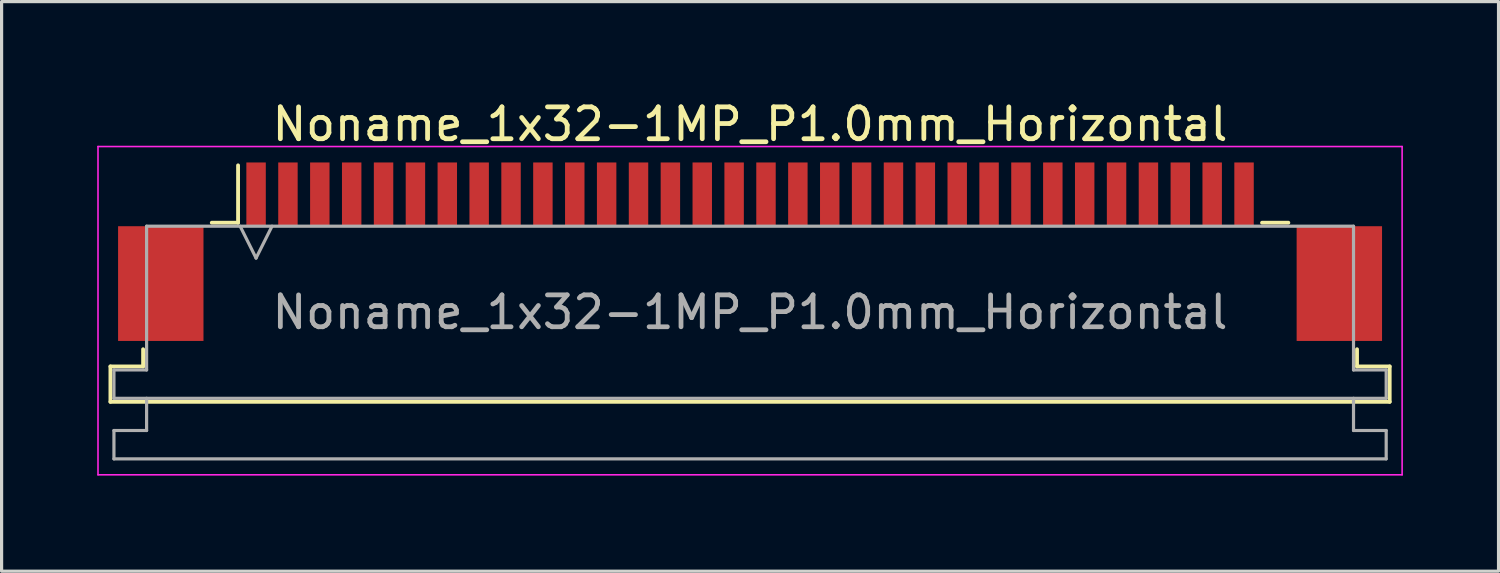
<source format=kicad_pcb>
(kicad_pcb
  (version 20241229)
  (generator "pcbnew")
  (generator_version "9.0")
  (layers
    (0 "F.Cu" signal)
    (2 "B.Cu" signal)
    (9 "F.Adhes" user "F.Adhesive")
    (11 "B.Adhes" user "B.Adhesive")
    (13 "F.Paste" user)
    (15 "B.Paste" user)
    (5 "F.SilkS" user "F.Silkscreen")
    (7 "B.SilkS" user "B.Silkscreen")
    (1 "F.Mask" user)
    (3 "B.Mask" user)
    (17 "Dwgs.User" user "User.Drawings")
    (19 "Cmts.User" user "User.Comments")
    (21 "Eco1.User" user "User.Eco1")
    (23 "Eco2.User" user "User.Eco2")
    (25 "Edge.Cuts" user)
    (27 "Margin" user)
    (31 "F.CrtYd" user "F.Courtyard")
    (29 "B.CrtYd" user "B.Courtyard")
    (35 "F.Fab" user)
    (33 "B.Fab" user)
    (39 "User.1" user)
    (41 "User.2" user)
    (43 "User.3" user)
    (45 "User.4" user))
  (footprint "Noname_1x32-1MP_P1.0mm_Horizontal"
    (layer "F.Cu")
    (at 20.485 4.848)
    (property "Reference" "Noname_1x32-1MP_P1.0mm_Horizontal" (at 0 -4 0) (layer "F.SilkS") (effects (font (size 1 1) (thickness 0.15))))
    (attr smd)
    (fp_line (start -20.07 3.6) (end -19.045 3.6) (stroke (width 0.12) (type solid)) (layer "F.SilkS"))
    (fp_line (start -20.07 4.71) (end -20.07 3.6) (stroke (width 0.12) (type solid)) (layer "F.SilkS"))
    (fp_line (start -19.045 3.6) (end -19.045 3.06) (stroke (width 0.12) (type solid)) (layer "F.SilkS"))
    (fp_line (start -16.89 -0.91) (end -16.065 -0.91) (stroke (width 0.12) (type solid)) (layer "F.SilkS"))
    (fp_line (start -16.065 -0.91) (end -16.065 -2.71) (stroke (width 0.12) (type solid)) (layer "F.SilkS"))
    (fp_line (start 16.065 -0.91) (end 16.89 -0.91) (stroke (width 0.12) (type solid)) (layer "F.SilkS"))
    (fp_line (start 19.045 3.06) (end 19.045 3.6) (stroke (width 0.12) (type solid)) (layer "F.SilkS"))
    (fp_line (start 19.045 3.6) (end 20.07 3.6) (stroke (width 0.12) (type solid)) (layer "F.SilkS"))
    (fp_line (start 20.07 3.6) (end 20.07 4.71) (stroke (width 0.12) (type solid)) (layer "F.SilkS"))
    (fp_line (start 20.07 4.71) (end -20.07 4.71) (stroke (width 0.12) (type solid)) (layer "F.SilkS"))
    (fp_line (start -20.46 -3.3) (end -20.46 7) (stroke (width 0.05) (type solid)) (layer "F.CrtYd"))
    (fp_line (start -20.46 7) (end 20.46 7) (stroke (width 0.05) (type solid)) (layer "F.CrtYd"))
    (fp_line (start 20.46 -3.3) (end -20.46 -3.3) (stroke (width 0.05) (type solid)) (layer "F.CrtYd"))
    (fp_line (start 20.46 7) (end 20.46 -3.3) (stroke (width 0.05) (type solid)) (layer "F.CrtYd"))
    (fp_line (start -19.96 3.71) (end -18.935 3.71) (stroke (width 0.1) (type solid)) (layer "F.Fab"))
    (fp_line (start -19.96 4.6) (end -19.96 3.71) (stroke (width 0.1) (type solid)) (layer "F.Fab"))
    (fp_line (start -19.96 5.61) (end -18.935 5.61) (stroke (width 0.1) (type solid)) (layer "F.Fab"))
    (fp_line (start -19.96 6.5) (end -19.96 5.61) (stroke (width 0.1) (type solid)) (layer "F.Fab"))
    (fp_line (start -18.935 -0.8) (end 18.935 -0.8) (stroke (width 0.1) (type solid)) (layer "F.Fab"))
    (fp_line (start -18.935 3.71) (end -18.935 -0.8) (stroke (width 0.1) (type solid)) (layer "F.Fab"))
    (fp_line (start -18.935 5.61) (end -18.935 4.6) (stroke (width 0.1) (type solid)) (layer "F.Fab"))
    (fp_line (start -16 -0.8) (end -15.5 0.2) (stroke (width 0.1) (type solid)) (layer "F.Fab"))
    (fp_line (start -15.5 0.2) (end -15 -0.8) (stroke (width 0.1) (type solid)) (layer "F.Fab"))
    (fp_line (start 18.935 -0.8) (end 18.935 3.71) (stroke (width 0.1) (type solid)) (layer "F.Fab"))
    (fp_line (start 18.935 3.71) (end 19.96 3.71) (stroke (width 0.1) (type solid)) (layer "F.Fab"))
    (fp_line (start 18.935 4.6) (end 18.935 5.61) (stroke (width 0.1) (type solid)) (layer "F.Fab"))
    (fp_line (start 18.935 5.61) (end 19.96 5.61) (stroke (width 0.1) (type solid)) (layer "F.Fab"))
    (fp_line (start 19.96 3.71) (end 19.96 4.6) (stroke (width 0.1) (type solid)) (layer "F.Fab"))
    (fp_line (start 19.96 4.6) (end -19.96 4.6) (stroke (width 0.1) (type solid)) (layer "F.Fab"))
    (fp_line (start 19.96 5.61) (end 19.96 6.5) (stroke (width 0.1) (type solid)) (layer "F.Fab"))
    (fp_line (start 19.96 6.5) (end -19.96 6.5) (stroke (width 0.1) (type solid)) (layer "F.Fab"))
    (fp_text user "${REFERENCE}" (at 0 1.9 0) (layer "F.Fab") (effects (font (size 1 1) (thickness 0.15))))
    (pad "1" smd rect (at -15.5 -1.8) (size 0.61 2) (layers "F.Cu" "F.Mask" "F.Paste"))
    (pad "2" smd rect (at -14.5 -1.8) (size 0.61 2) (layers "F.Cu" "F.Mask" "F.Paste"))
    (pad "3" smd rect (at -13.5 -1.8) (size 0.61 2) (layers "F.Cu" "F.Mask" "F.Paste"))
    (pad "4" smd rect (at -12.5 -1.8) (size 0.61 2) (layers "F.Cu" "F.Mask" "F.Paste"))
    (pad "5" smd rect (at -11.5 -1.8) (size 0.61 2) (layers "F.Cu" "F.Mask" "F.Paste"))
    (pad "6" smd rect (at -10.5 -1.8) (size 0.61 2) (layers "F.Cu" "F.Mask" "F.Paste"))
    (pad "7" smd rect (at -9.5 -1.8) (size 0.61 2) (layers "F.Cu" "F.Mask" "F.Paste"))
    (pad "8" smd rect (at -8.5 -1.8) (size 0.61 2) (layers "F.Cu" "F.Mask" "F.Paste"))
    (pad "9" smd rect (at -7.5 -1.8) (size 0.61 2) (layers "F.Cu" "F.Mask" "F.Paste"))
    (pad "10" smd rect (at -6.5 -1.8) (size 0.61 2) (layers "F.Cu" "F.Mask" "F.Paste"))
    (pad "11" smd rect (at -5.5 -1.8) (size 0.61 2) (layers "F.Cu" "F.Mask" "F.Paste"))
    (pad "12" smd rect (at -4.5 -1.8) (size 0.61 2) (layers "F.Cu" "F.Mask" "F.Paste"))
    (pad "13" smd rect (at -3.5 -1.8) (size 0.61 2) (layers "F.Cu" "F.Mask" "F.Paste"))
    (pad "14" smd rect (at -2.5 -1.8) (size 0.61 2) (layers "F.Cu" "F.Mask" "F.Paste"))
    (pad "15" smd rect (at -1.5 -1.8) (size 0.61 2) (layers "F.Cu" "F.Mask" "F.Paste"))
    (pad "16" smd rect (at -0.5 -1.8) (size 0.61 2) (layers "F.Cu" "F.Mask" "F.Paste"))
    (pad "17" smd rect (at 0.5 -1.8) (size 0.61 2) (layers "F.Cu" "F.Mask" "F.Paste"))
    (pad "18" smd rect (at 1.5 -1.8) (size 0.61 2) (layers "F.Cu" "F.Mask" "F.Paste"))
    (pad "19" smd rect (at 2.5 -1.8) (size 0.61 2) (layers "F.Cu" "F.Mask" "F.Paste"))
    (pad "20" smd rect (at 3.5 -1.8) (size 0.61 2) (layers "F.Cu" "F.Mask" "F.Paste"))
    (pad "21" smd rect (at 4.5 -1.8) (size 0.61 2) (layers "F.Cu" "F.Mask" "F.Paste"))
    (pad "22" smd rect (at 5.5 -1.8) (size 0.61 2) (layers "F.Cu" "F.Mask" "F.Paste"))
    (pad "23" smd rect (at 6.5 -1.8) (size 0.61 2) (layers "F.Cu" "F.Mask" "F.Paste"))
    (pad "24" smd rect (at 7.5 -1.8) (size 0.61 2) (layers "F.Cu" "F.Mask" "F.Paste"))
    (pad "25" smd rect (at 8.5 -1.8) (size 0.61 2) (layers "F.Cu" "F.Mask" "F.Paste"))
    (pad "26" smd rect (at 9.5 -1.8) (size 0.61 2) (layers "F.Cu" "F.Mask" "F.Paste"))
    (pad "27" smd rect (at 10.5 -1.8) (size 0.61 2) (layers "F.Cu" "F.Mask" "F.Paste"))
    (pad "28" smd rect (at 11.5 -1.8) (size 0.61 2) (layers "F.Cu" "F.Mask" "F.Paste"))
    (pad "29" smd rect (at 12.5 -1.8) (size 0.61 2) (layers "F.Cu" "F.Mask" "F.Paste"))
    (pad "30" smd rect (at 13.5 -1.8) (size 0.61 2) (layers "F.Cu" "F.Mask" "F.Paste"))
    (pad "31" smd rect (at 14.5 -1.8) (size 0.61 2) (layers "F.Cu" "F.Mask" "F.Paste"))
    (pad "32" smd rect (at 15.5 -1.8) (size 0.61 2) (layers "F.Cu" "F.Mask" "F.Paste"))
    (pad "MP" smd rect (at -18.49 1) (size 2.68 3.6) (layers "F.Cu" "F.Mask" "F.Paste"))
    (pad "MP" smd rect (at 18.49 1) (size 2.68 3.6) (layers "F.Cu" "F.Mask" "F.Paste")))
  (gr_rect
    (start -3 -3)
    (end 43.97 14.873)
    (stroke (width 0.1) (type default))
    (fill no)
    (layer "Edge.Cuts")))
</source>
